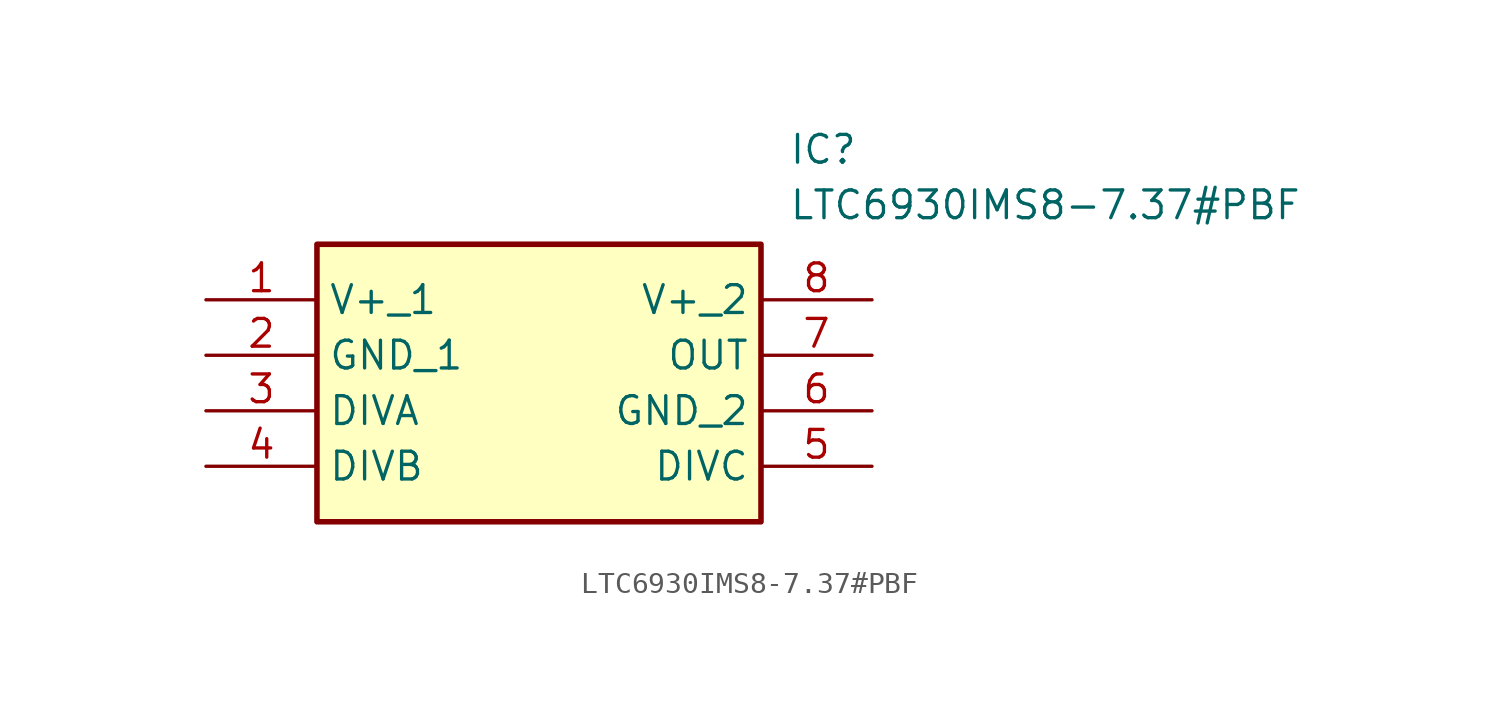
<source format=kicad_sym>
(kicad_symbol_lib
  (version 20211014)
  (generator SamacSys_ECAD_Model)
  (symbol "LTC6930IMS8-7.37#PBF"
    (property "Reference" "IC"
      (at 26.67 7.62 0)
      (effects (font (size 1.27 1.27)) (justify left top)))
    (property "Value" "LTC6930IMS8-7.37#PBF"
      (at 26.67 5.08 0)
      (effects (font (size 1.27 1.27)) (justify left top)))
    (rectangle
      (start 5.08 2.54)
      (end 25.4 -10.16)
      (stroke (width 0.254) (type default))
      (fill (type background)))
    (pin passive line
      (at 0 0 0)
      (length 5.08)
      (name "V+_1" (effects (font (size 1.27 1.27))))
      (number "1" (effects (font (size 1.27 1.27)))))
    (pin passive line
      (at 0 -2.54 0)
      (length 5.08)
      (name "GND_1" (effects (font (size 1.27 1.27))))
      (number "2" (effects (font (size 1.27 1.27)))))
    (pin passive line
      (at 0 -5.08 0)
      (length 5.08)
      (name "DIVA" (effects (font (size 1.27 1.27))))
      (number "3" (effects (font (size 1.27 1.27)))))
    (pin passive line
      (at 0 -7.62 0)
      (length 5.08)
      (name "DIVB" (effects (font (size 1.27 1.27))))
      (number "4" (effects (font (size 1.27 1.27)))))
    (pin passive line
      (at 30.48 0 180)
      (length 5.08)
      (name "V+_2" (effects (font (size 1.27 1.27))))
      (number "8" (effects (font (size 1.27 1.27)))))
    (pin passive line
      (at 30.48 -2.54 180)
      (length 5.08)
      (name "OUT" (effects (font (size 1.27 1.27))))
      (number "7" (effects (font (size 1.27 1.27)))))
    (pin passive line
      (at 30.48 -5.08 180)
      (length 5.08)
      (name "GND_2" (effects (font (size 1.27 1.27))))
      (number "6" (effects (font (size 1.27 1.27)))))
    (pin passive line
      (at 30.48 -7.62 180)
      (length 5.08)
      (name "DIVC" (effects (font (size 1.27 1.27))))
      (number "5" (effects (font (size 1.27 1.27)))))))
</source>
